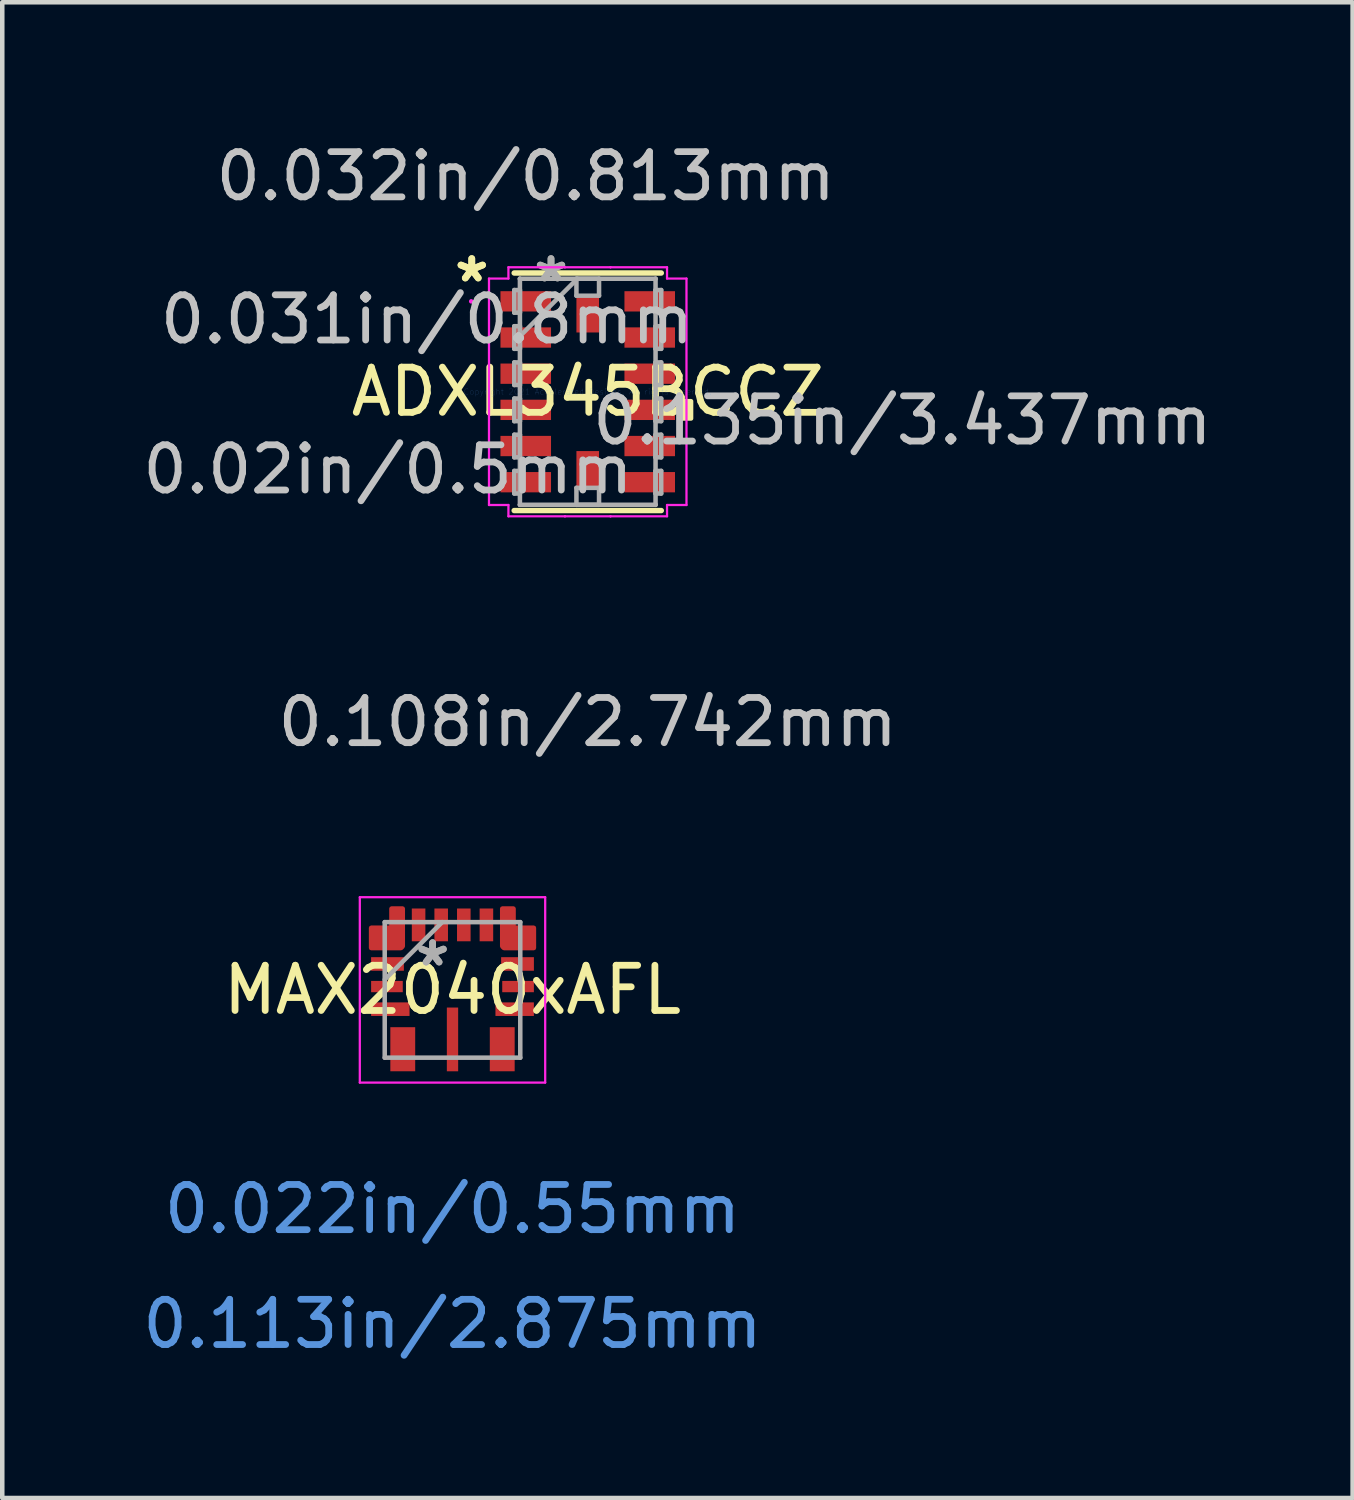
<source format=kicad_pcb>
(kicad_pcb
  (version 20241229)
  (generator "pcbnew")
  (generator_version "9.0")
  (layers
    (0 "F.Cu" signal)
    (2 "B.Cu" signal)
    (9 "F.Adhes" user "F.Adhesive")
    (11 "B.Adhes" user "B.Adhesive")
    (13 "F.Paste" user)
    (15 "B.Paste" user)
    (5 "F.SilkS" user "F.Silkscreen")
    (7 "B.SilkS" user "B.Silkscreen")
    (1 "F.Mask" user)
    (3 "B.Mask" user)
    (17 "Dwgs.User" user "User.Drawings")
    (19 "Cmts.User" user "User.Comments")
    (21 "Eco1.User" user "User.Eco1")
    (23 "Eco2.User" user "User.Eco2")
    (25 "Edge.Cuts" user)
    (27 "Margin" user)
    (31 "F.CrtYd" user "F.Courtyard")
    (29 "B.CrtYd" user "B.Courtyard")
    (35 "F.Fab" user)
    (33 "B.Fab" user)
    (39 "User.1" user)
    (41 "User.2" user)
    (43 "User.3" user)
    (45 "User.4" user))
  (footprint "ADXL345BCCZ"
    (layer "F.Cu")
    (at 9.949 5.615)
    (property "Reference" "ADXL345BCCZ" (at 0 0 0) (layer "F.SilkS") (effects (font (size 1 1) (thickness 0.15))))
    (attr smd)
    (fp_line (start -1.627 2.627) (end 1.627 2.627) (stroke (width 0.12) (type solid)) (layer "F.SilkS"))
    (fp_line (start 1.627 -2.627) (end -1.627 -2.627) (stroke (width 0.12) (type solid)) (layer "F.SilkS"))
    (fp_poly (pts (xy 2.285 0.209) (xy 2.285 0.59) (xy 2.031 0.59) (xy 2.031 0.209)) (stroke (width 0.1) (type solid)) (fill yes) (layer "F.SilkS"))
    (fp_line (start -2.184 -2.504) (end -1.754 -2.504) (stroke (width 0.05) (type solid)) (layer "F.CrtYd"))
    (fp_line (start -2.184 2.504) (end -2.184 -2.504) (stroke (width 0.05) (type solid)) (layer "F.CrtYd"))
    (fp_line (start -1.754 -2.754) (end -0.504 -2.754) (stroke (width 0.05) (type solid)) (layer "F.CrtYd"))
    (fp_line (start -1.754 -2.504) (end -1.754 -2.754) (stroke (width 0.05) (type solid)) (layer "F.CrtYd"))
    (fp_line (start -1.754 2.504) (end -2.184 2.504) (stroke (width 0.05) (type solid)) (layer "F.CrtYd"))
    (fp_line (start -1.754 2.754) (end -1.754 2.504) (stroke (width 0.05) (type solid)) (layer "F.CrtYd"))
    (fp_line (start -0.504 -2.754) (end -0.504 -2.754) (stroke (width 0.05) (type solid)) (layer "F.CrtYd"))
    (fp_line (start -0.504 -2.754) (end 0.504 -2.754) (stroke (width 0.05) (type solid)) (layer "F.CrtYd"))
    (fp_line (start -0.504 2.754) (end -1.754 2.754) (stroke (width 0.05) (type solid)) (layer "F.CrtYd"))
    (fp_line (start -0.504 2.754) (end -0.504 2.754) (stroke (width 0.05) (type solid)) (layer "F.CrtYd"))
    (fp_line (start 0.504 -2.754) (end 0.504 -2.754) (stroke (width 0.05) (type solid)) (layer "F.CrtYd"))
    (fp_line (start 0.504 -2.754) (end 1.754 -2.754) (stroke (width 0.05) (type solid)) (layer "F.CrtYd"))
    (fp_line (start 0.504 2.754) (end -0.504 2.754) (stroke (width 0.05) (type solid)) (layer "F.CrtYd"))
    (fp_line (start 0.504 2.754) (end 0.504 2.754) (stroke (width 0.05) (type solid)) (layer "F.CrtYd"))
    (fp_line (start 1.754 -2.754) (end 1.754 -2.504) (stroke (width 0.05) (type solid)) (layer "F.CrtYd"))
    (fp_line (start 1.754 -2.504) (end 2.184 -2.504) (stroke (width 0.05) (type solid)) (layer "F.CrtYd"))
    (fp_line (start 1.754 2.504) (end 1.754 2.754) (stroke (width 0.05) (type solid)) (layer "F.CrtYd"))
    (fp_line (start 1.754 2.754) (end 0.504 2.754) (stroke (width 0.05) (type solid)) (layer "F.CrtYd"))
    (fp_line (start 2.184 -2.504) (end 2.184 2.504) (stroke (width 0.05) (type solid)) (layer "F.CrtYd"))
    (fp_line (start 2.184 2.504) (end 1.754 2.504) (stroke (width 0.05) (type solid)) (layer "F.CrtYd"))
    (fp_circle (center -2.577 -2) (end -2.577 -2) (stroke (width 0.05) (type solid)) (fill no) (layer "F.CrtYd"))
    (fp_line (start -1.625 -2.25) (end -1.625 -1.75) (stroke (width 0.1) (type solid)) (layer "F.Fab"))
    (fp_line (start -1.625 -1.75) (end -1.5 -1.75) (stroke (width 0.1) (type solid)) (layer "F.Fab"))
    (fp_line (start -1.625 -1.45) (end -1.625 -0.95) (stroke (width 0.1) (type solid)) (layer "F.Fab"))
    (fp_line (start -1.625 -0.95) (end -1.5 -0.95) (stroke (width 0.1) (type solid)) (layer "F.Fab"))
    (fp_line (start -1.625 -0.65) (end -1.625 -0.15) (stroke (width 0.1) (type solid)) (layer "F.Fab"))
    (fp_line (start -1.625 -0.15) (end -1.5 -0.15) (stroke (width 0.1) (type solid)) (layer "F.Fab"))
    (fp_line (start -1.625 0.15) (end -1.625 0.65) (stroke (width 0.1) (type solid)) (layer "F.Fab"))
    (fp_line (start -1.625 0.65) (end -1.5 0.65) (stroke (width 0.1) (type solid)) (layer "F.Fab"))
    (fp_line (start -1.625 0.95) (end -1.625 1.45) (stroke (width 0.1) (type solid)) (layer "F.Fab"))
    (fp_line (start -1.625 1.45) (end -1.5 1.45) (stroke (width 0.1) (type solid)) (layer "F.Fab"))
    (fp_line (start -1.625 1.75) (end -1.625 2.25) (stroke (width 0.1) (type solid)) (layer "F.Fab"))
    (fp_line (start -1.625 2.25) (end -1.5 2.25) (stroke (width 0.1) (type solid)) (layer "F.Fab"))
    (fp_line (start -1.5 -2.5) (end -1.5 -2.5) (stroke (width 0.1) (type solid)) (layer "F.Fab"))
    (fp_line (start -1.5 -2.5) (end -1.5 2.5) (stroke (width 0.1) (type solid)) (layer "F.Fab"))
    (fp_line (start -1.5 -2.25) (end -1.625 -2.25) (stroke (width 0.1) (type solid)) (layer "F.Fab"))
    (fp_line (start -1.5 -1.75) (end -1.5 -2.25) (stroke (width 0.1) (type solid)) (layer "F.Fab"))
    (fp_line (start -1.5 -1.45) (end -1.625 -1.45) (stroke (width 0.1) (type solid)) (layer "F.Fab"))
    (fp_line (start -1.5 -1.23) (end -0.23 -2.5) (stroke (width 0.1) (type solid)) (layer "F.Fab"))
    (fp_line (start -1.5 -0.95) (end -1.5 -1.45) (stroke (width 0.1) (type solid)) (layer "F.Fab"))
    (fp_line (start -1.5 -0.65) (end -1.625 -0.65) (stroke (width 0.1) (type solid)) (layer "F.Fab"))
    (fp_line (start -1.5 -0.15) (end -1.5 -0.65) (stroke (width 0.1) (type solid)) (layer "F.Fab"))
    (fp_line (start -1.5 0.15) (end -1.625 0.15) (stroke (width 0.1) (type solid)) (layer "F.Fab"))
    (fp_line (start -1.5 0.65) (end -1.5 0.15) (stroke (width 0.1) (type solid)) (layer "F.Fab"))
    (fp_line (start -1.5 0.95) (end -1.625 0.95) (stroke (width 0.1) (type solid)) (layer "F.Fab"))
    (fp_line (start -1.5 1.45) (end -1.5 0.95) (stroke (width 0.1) (type solid)) (layer "F.Fab"))
    (fp_line (start -1.5 1.75) (end -1.625 1.75) (stroke (width 0.1) (type solid)) (layer "F.Fab"))
    (fp_line (start -1.5 2.25) (end -1.5 1.75) (stroke (width 0.1) (type solid)) (layer "F.Fab"))
    (fp_line (start -1.5 2.5) (end -1.5 2.5) (stroke (width 0.1) (type solid)) (layer "F.Fab"))
    (fp_line (start -1.5 2.5) (end 1.5 2.5) (stroke (width 0.1) (type solid)) (layer "F.Fab"))
    (fp_line (start -0.25 -2.5) (end 0.25 -2.5) (stroke (width 0.1) (type solid)) (layer "F.Fab"))
    (fp_line (start -0.25 -2.125) (end -0.25 -2.5) (stroke (width 0.1) (type solid)) (layer "F.Fab"))
    (fp_line (start -0.25 2.125) (end 0.25 2.125) (stroke (width 0.1) (type solid)) (layer "F.Fab"))
    (fp_line (start -0.25 2.5) (end -0.25 2.125) (stroke (width 0.1) (type solid)) (layer "F.Fab"))
    (fp_line (start 0.25 -2.5) (end 0.25 -2.125) (stroke (width 0.1) (type solid)) (layer "F.Fab"))
    (fp_line (start 0.25 -2.125) (end -0.25 -2.125) (stroke (width 0.1) (type solid)) (layer "F.Fab"))
    (fp_line (start 0.25 2.125) (end 0.25 2.5) (stroke (width 0.1) (type solid)) (layer "F.Fab"))
    (fp_line (start 0.25 2.5) (end -0.25 2.5) (stroke (width 0.1) (type solid)) (layer "F.Fab"))
    (fp_line (start 1.5 -2.5) (end -1.5 -2.5) (stroke (width 0.1) (type solid)) (layer "F.Fab"))
    (fp_line (start 1.5 -2.5) (end 1.5 -2.5) (stroke (width 0.1) (type solid)) (layer "F.Fab"))
    (fp_line (start 1.5 -2.25) (end 1.5 -1.75) (stroke (width 0.1) (type solid)) (layer "F.Fab"))
    (fp_line (start 1.5 -1.75) (end 1.625 -1.75) (stroke (width 0.1) (type solid)) (layer "F.Fab"))
    (fp_line (start 1.5 -1.45) (end 1.5 -0.95) (stroke (width 0.1) (type solid)) (layer "F.Fab"))
    (fp_line (start 1.5 -0.95) (end 1.625 -0.95) (stroke (width 0.1) (type solid)) (layer "F.Fab"))
    (fp_line (start 1.5 -0.65) (end 1.5 -0.15) (stroke (width 0.1) (type solid)) (layer "F.Fab"))
    (fp_line (start 1.5 -0.15) (end 1.625 -0.15) (stroke (width 0.1) (type solid)) (layer "F.Fab"))
    (fp_line (start 1.5 0.15) (end 1.5 0.65) (stroke (width 0.1) (type solid)) (layer "F.Fab"))
    (fp_line (start 1.5 0.65) (end 1.625 0.65) (stroke (width 0.1) (type solid)) (layer "F.Fab"))
    (fp_line (start 1.5 0.95) (end 1.5 1.45) (stroke (width 0.1) (type solid)) (layer "F.Fab"))
    (fp_line (start 1.5 1.45) (end 1.625 1.45) (stroke (width 0.1) (type solid)) (layer "F.Fab"))
    (fp_line (start 1.5 1.75) (end 1.5 2.25) (stroke (width 0.1) (type solid)) (layer "F.Fab"))
    (fp_line (start 1.5 2.25) (end 1.625 2.25) (stroke (width 0.1) (type solid)) (layer "F.Fab"))
    (fp_line (start 1.5 2.5) (end 1.5 -2.5) (stroke (width 0.1) (type solid)) (layer "F.Fab"))
    (fp_line (start 1.5 2.5) (end 1.5 2.5) (stroke (width 0.1) (type solid)) (layer "F.Fab"))
    (fp_line (start 1.625 -2.25) (end 1.5 -2.25) (stroke (width 0.1) (type solid)) (layer "F.Fab"))
    (fp_line (start 1.625 -1.75) (end 1.625 -2.25) (stroke (width 0.1) (type solid)) (layer "F.Fab"))
    (fp_line (start 1.625 -1.45) (end 1.5 -1.45) (stroke (width 0.1) (type solid)) (layer "F.Fab"))
    (fp_line (start 1.625 -0.95) (end 1.625 -1.45) (stroke (width 0.1) (type solid)) (layer "F.Fab"))
    (fp_line (start 1.625 -0.65) (end 1.5 -0.65) (stroke (width 0.1) (type solid)) (layer "F.Fab"))
    (fp_line (start 1.625 -0.15) (end 1.625 -0.65) (stroke (width 0.1) (type solid)) (layer "F.Fab"))
    (fp_line (start 1.625 0.15) (end 1.5 0.15) (stroke (width 0.1) (type solid)) (layer "F.Fab"))
    (fp_line (start 1.625 0.65) (end 1.625 0.15) (stroke (width 0.1) (type solid)) (layer "F.Fab"))
    (fp_line (start 1.625 0.95) (end 1.5 0.95) (stroke (width 0.1) (type solid)) (layer "F.Fab"))
    (fp_line (start 1.625 1.45) (end 1.625 0.95) (stroke (width 0.1) (type solid)) (layer "F.Fab"))
    (fp_line (start 1.625 1.75) (end 1.5 1.75) (stroke (width 0.1) (type solid)) (layer "F.Fab"))
    (fp_line (start 1.625 2.25) (end 1.625 1.75) (stroke (width 0.1) (type solid)) (layer "F.Fab"))
    (fp_text user "*" (at -2.565 -2.4 0) (layer "F.SilkS") (effects (font (size 1 1) (thickness 0.15))))
    (fp_text user "*" (at -2.565 -2.4 0) (layer "F.SilkS") (effects (font (size 1 1) (thickness 0.15))))
    (fp_text user "0.02in/0.5mm" (at -4.419 1.718 0) (layer "Dwgs.User") (effects (font (size 1 1) (thickness 0.15))))
    (fp_text user "0.108in/2.742mm" (at 0 7.306 0) (layer "Dwgs.User") (effects (font (size 1 1) (thickness 0.15))))
    (fp_text user "0.032in/0.813mm" (at -1.371 -4.766 0) (layer "Dwgs.User") (effects (font (size 1 1) (thickness 0.15))))
    (fp_text user "0.135in/3.437mm" (at 6.959 0.635 0) (layer "Dwgs.User") (effects (font (size 1 1) (thickness 0.15))))
    (fp_text user "0.031in/0.8mm" (at -3.555 -1.6 0) (layer "Dwgs.User") (effects (font (size 1 1) (thickness 0.15))))
    (fp_text user "Copyright 2021 Accelerated Designs. All rights reserved." (at 0 0 0) (layer "Cmts.User") (effects (font (size 0.127 0.127) (thickness 0.002))))
    (fp_text user "*" (at -0.812 -2.4 0) (layer "F.Fab") (effects (font (size 1 1) (thickness 0.15))))
    (fp_text user "*" (at -0.812 -2.4 0) (layer "F.Fab") (effects (font (size 1 1) (thickness 0.15))))
    (pad "1" smd rect (at -1.371 -2 90) (size 0.449 1.118) (layers "F.Cu" "F.Mask" "F.Paste"))
    (pad "2" smd rect (at -1.371 -1.2 90) (size 0.449 1.118) (layers "F.Cu" "F.Mask" "F.Paste"))
    (pad "3" smd rect (at -1.371 -0.4 90) (size 0.449 1.118) (layers "F.Cu" "F.Mask" "F.Paste"))
    (pad "4" smd rect (at -1.371 0.4 90) (size 0.449 1.118) (layers "F.Cu" "F.Mask" "F.Paste"))
    (pad "5" smd rect (at -1.371 1.2 90) (size 0.449 1.118) (layers "F.Cu" "F.Mask" "F.Paste"))
    (pad "6" smd rect (at -1.371 2 90) (size 0.449 1.118) (layers "F.Cu" "F.Mask" "F.Paste"))
    (pad "7" smd rect (at 0 1.718) (size 0.5 0.813) (layers "F.Cu" "F.Mask" "F.Paste"))
    (pad "8" smd rect (at 1.371 2 90) (size 0.449 1.118) (layers "F.Cu" "F.Mask" "F.Paste"))
    (pad "9" smd rect (at 1.371 1.2 90) (size 0.449 1.118) (layers "F.Cu" "F.Mask" "F.Paste"))
    (pad "10" smd rect (at 1.371 0.4 90) (size 0.449 1.118) (layers "F.Cu" "F.Mask" "F.Paste"))
    (pad "11" smd rect (at 1.371 -0.4 90) (size 0.449 1.118) (layers "F.Cu" "F.Mask" "F.Paste"))
    (pad "12" smd rect (at 1.371 -1.2 90) (size 0.449 1.118) (layers "F.Cu" "F.Mask" "F.Paste"))
    (pad "13" smd rect (at 1.371 -2 90) (size 0.449 1.118) (layers "F.Cu" "F.Mask" "F.Paste"))
    (pad "14" smd rect (at 0 -1.718) (size 0.5 0.813) (layers "F.Cu" "F.Mask" "F.Paste")))
  (footprint "MAX2040xAFL"
    (layer "F.Cu")
    (at 6.958 18.844)
    (property "Reference" "MAX2040xAFL" (at 0 0 0) (layer "F.SilkS") (effects (font (size 1 1) (thickness 0.15))))
    (attr through_hole)
    (fp_line (start -2.05 -2.05) (end -2.05 2.05) (stroke (width 0.05) (type solid)) (layer "F.CrtYd"))
    (fp_line (start -2.05 2.05) (end 2.05 2.05) (stroke (width 0.05) (type solid)) (layer "F.CrtYd"))
    (fp_line (start 2.05 -2.05) (end -2.05 -2.05) (stroke (width 0.05) (type solid)) (layer "F.CrtYd"))
    (fp_line (start 2.05 2.05) (end 2.05 -2.05) (stroke (width 0.05) (type solid)) (layer "F.CrtYd"))
    (fp_line (start -1.499 -1.499) (end -1.499 1.499) (stroke (width 0.1) (type solid)) (layer "F.Fab"))
    (fp_line (start -1.499 -0.229) (end -0.229 -1.499) (stroke (width 0.1) (type solid)) (layer "F.Fab"))
    (fp_line (start -1.499 1.499) (end 1.499 1.499) (stroke (width 0.1) (type solid)) (layer "F.Fab"))
    (fp_line (start 1.499 -1.499) (end -1.499 -1.499) (stroke (width 0.1) (type solid)) (layer "F.Fab"))
    (fp_line (start 1.499 1.499) (end 1.499 -1.499) (stroke (width 0.1) (type solid)) (layer "F.Fab"))
    (fp_text user "0.113in/2.875mm" (at 0 7.388 0) (layer "Cmts.User") (effects (font (size 1 1) (thickness 0.15))))
    (fp_text user "0.022in/0.55mm" (at 0 4.848 0) (layer "Cmts.User") (effects (font (size 1 1) (thickness 0.15))))
    (fp_text user "*" (at -0.44 -0.5 0) (layer "F.Fab") (effects (font (size 1 1) (thickness 0.15))))
    (fp_text user "*" (at -0.44 -0.5 0) (layer "F.Fab") (effects (font (size 1 1) (thickness 0.15))))
    (pad "1" smd rect (at -1.438 -0.574) (size 0.725 0.3) (layers "F.Cu" "F.Mask" "F.Paste"))
    (pad "2" smd rect (at -1.45 -0.074) (size 0.7 0.25) (layers "F.Cu" "F.Mask" "F.Paste"))
    (pad "3" smd rect (at -1.375 0.426) (size 0.85 0.3) (layers "F.Cu" "F.Mask" "F.Paste"))
    (pad "4" smd rect (at -1.1 1.312) (size 0.55 0.975) (layers "F.Cu" "F.Mask" "F.Paste"))
    (pad "5" smd rect (at 0 1.095 90) (size 1.41 0.25) (layers "F.Cu" "F.Mask" "F.Paste"))
    (pad "6" smd rect (at 1.1 1.312) (size 0.55 0.975) (layers "F.Cu" "F.Mask" "F.Paste"))
    (pad "7" smd rect (at 1.375 0.426) (size 0.85 0.3) (layers "F.Cu" "F.Mask" "F.Paste"))
    (pad "8" smd rect (at 1.45 -0.074) (size 0.7 0.25) (layers "F.Cu" "F.Mask" "F.Paste"))
    (pad "9" smd rect (at 1.438 -0.574) (size 0.725 0.3) (layers "F.Cu" "F.Mask" "F.Paste"))
    (pad "10" smd custom (at 1.213 -1.45 90) (size 0.127 0.127) (layers "F.Cu" "F.Mask" "F.Paste") (options (anchor rect)) (primitives (gr_poly (pts (xy 0.35 -0.113) (xy 0.35 0.137) (xy -0.075 0.137) (xy -0.075 0.587) (xy -0.525 0.587) (xy -0.525 -0.075) (xy -0.487 -0.113)) (width 0.1) (fill yes))))
    (pad "11" smd rect (at 0.75 -1.438 90) (size 0.725 0.3) (layers "F.Cu" "F.Mask" "F.Paste"))
    (pad "12" smd rect (at 0.25 -1.438 90) (size 0.725 0.3) (layers "F.Cu" "F.Mask" "F.Paste"))
    (pad "13" smd rect (at -0.25 -1.438 90) (size 0.725 0.3) (layers "F.Cu" "F.Mask" "F.Paste"))
    (pad "14" smd rect (at -0.75 -1.438 90) (size 0.725 0.3) (layers "F.Cu" "F.Mask" "F.Paste"))
    (pad "15" smd custom (at -1.213 -1.45 90) (size 0.127 0.127) (layers "F.Cu" "F.Mask" "F.Paste") (options (anchor rect)) (primitives (gr_poly (pts (xy 0.35 0.113) (xy 0.35 -0.137) (xy -0.075 -0.137) (xy -0.075 -0.587) (xy -0.525 -0.587) (xy -0.525 0.075) (xy -0.487 0.113)) (width 0.1) (fill yes)))))
  (gr_rect
    (start -3 -3)
    (end 26.866 30.081)
    (stroke (width 0.1) (type default))
    (fill no)
    (layer "Edge.Cuts")))
</source>
